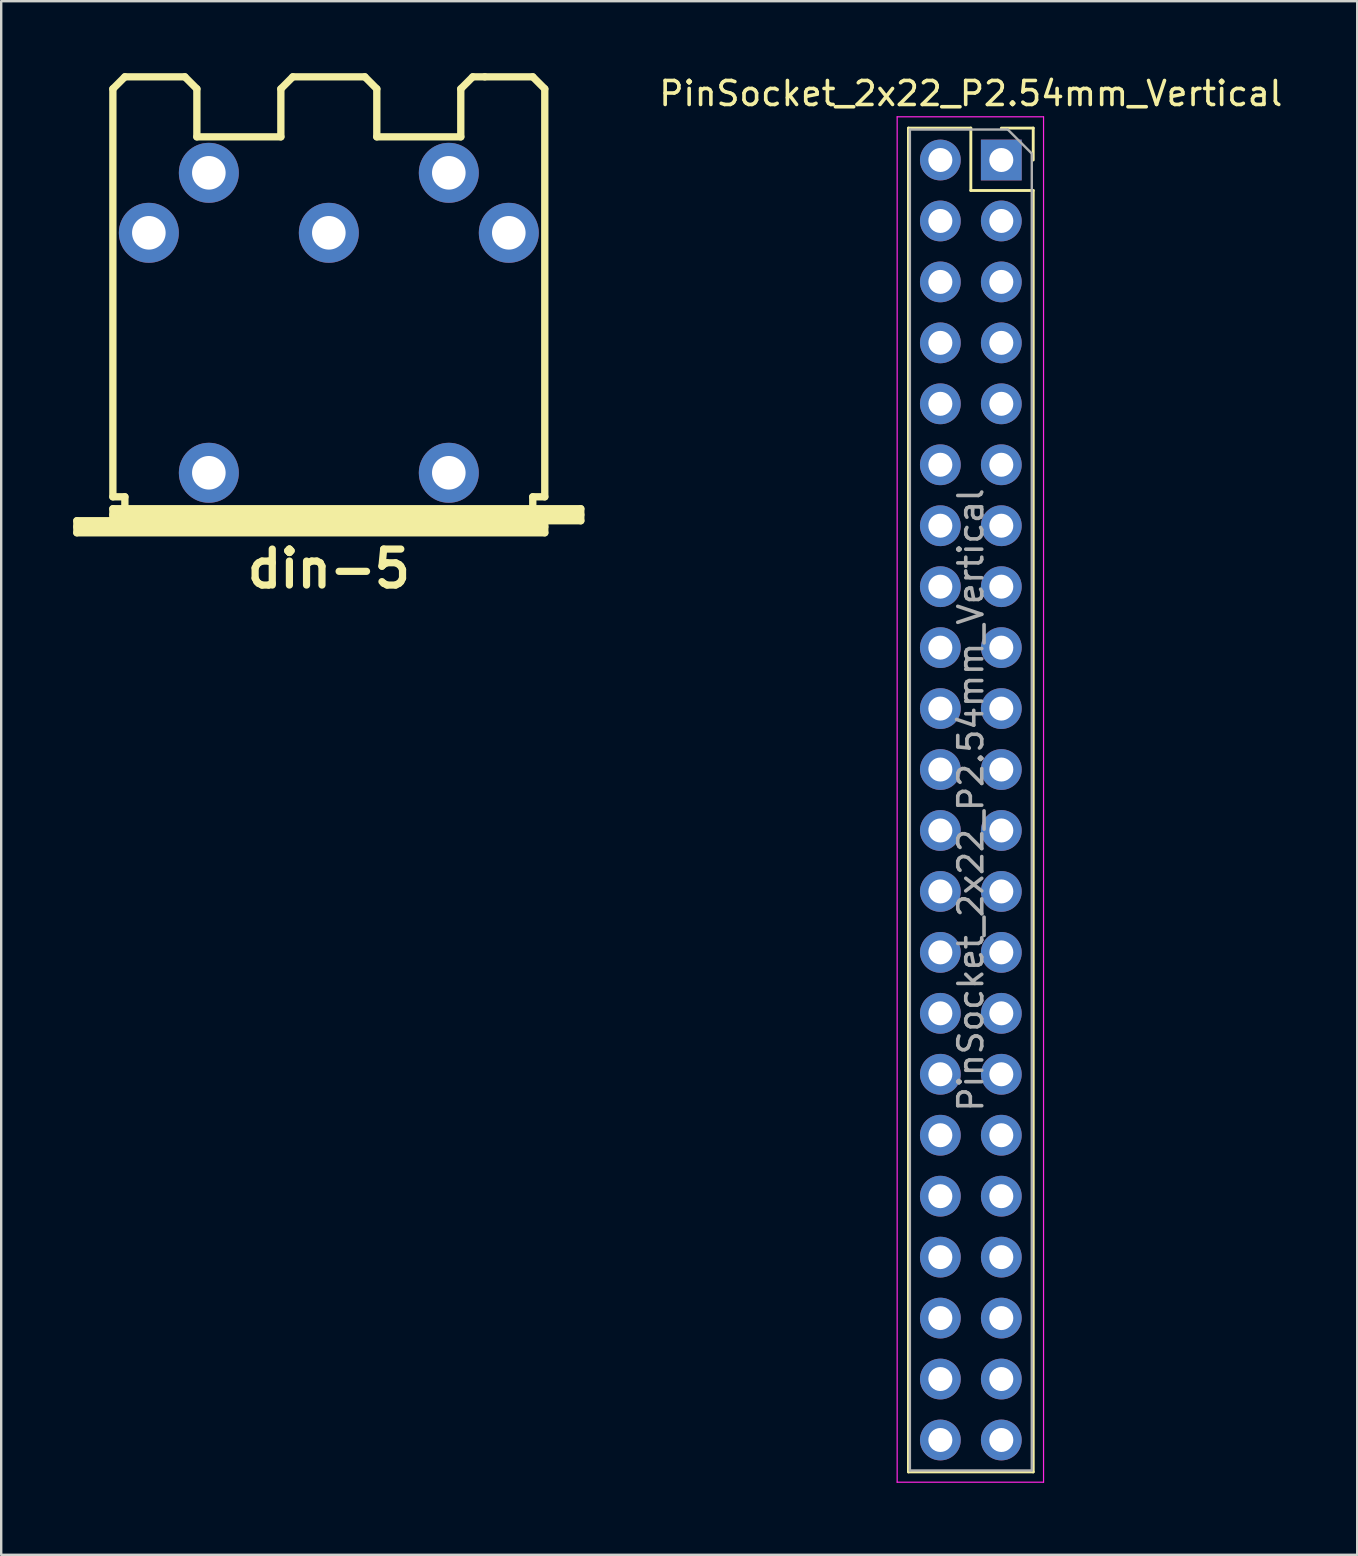
<source format=kicad_pcb>
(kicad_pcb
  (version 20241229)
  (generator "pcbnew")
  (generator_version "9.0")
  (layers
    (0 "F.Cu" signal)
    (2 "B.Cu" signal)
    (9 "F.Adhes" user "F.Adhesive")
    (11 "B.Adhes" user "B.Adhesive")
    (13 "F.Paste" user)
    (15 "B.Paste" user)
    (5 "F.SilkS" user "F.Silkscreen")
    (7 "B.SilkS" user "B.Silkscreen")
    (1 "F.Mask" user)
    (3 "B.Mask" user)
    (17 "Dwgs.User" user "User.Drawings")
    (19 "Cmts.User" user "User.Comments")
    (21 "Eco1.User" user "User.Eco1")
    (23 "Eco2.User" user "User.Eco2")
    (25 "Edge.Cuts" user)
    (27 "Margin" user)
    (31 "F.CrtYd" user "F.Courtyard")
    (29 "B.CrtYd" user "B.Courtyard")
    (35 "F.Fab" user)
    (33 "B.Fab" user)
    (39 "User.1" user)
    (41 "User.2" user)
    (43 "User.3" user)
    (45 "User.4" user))
  (footprint "din-5"
    (layer "F.Cu")
    (at 10.653 9.652)
    (property "Reference" "din-5" (at 0 11 0) (layer "F.SilkS") (effects (font (size 1.5 1.5) (thickness 0.3))))
    (attr through_hole)
    (fp_line (start -10.5 8.999) (end -8.999 8.999) (stroke (width 0.305) (type solid)) (layer "F.SilkS"))
    (fp_line (start -10.5 9.251) (end 8.999 9.251) (stroke (width 0.305) (type solid)) (layer "F.SilkS"))
    (fp_line (start -10.5 9.5) (end -10.5 8.999) (stroke (width 0.305) (type solid)) (layer "F.SilkS"))
    (fp_line (start -8.999 -8.999) (end -8.999 8.001) (stroke (width 0.305) (type solid)) (layer "F.SilkS"))
    (fp_line (start -8.999 -8.999) (end -8.499 -9.5) (stroke (width 0.305) (type solid)) (layer "F.SilkS"))
    (fp_line (start -8.999 8.001) (end -8.499 8.001) (stroke (width 0.305) (type solid)) (layer "F.SilkS"))
    (fp_line (start -8.999 8.499) (end 10.5 8.499) (stroke (width 0.305) (type solid)) (layer "F.SilkS"))
    (fp_line (start -8.999 8.75) (end 10.5 8.75) (stroke (width 0.305) (type solid)) (layer "F.SilkS"))
    (fp_line (start -8.999 8.999) (end -8.999 8.499) (stroke (width 0.305) (type solid)) (layer "F.SilkS"))
    (fp_line (start -8.499 -9.5) (end -5.999 -9.5) (stroke (width 0.305) (type solid)) (layer "F.SilkS"))
    (fp_line (start -8.499 8.001) (end -8.499 8.499) (stroke (width 0.305) (type solid)) (layer "F.SilkS"))
    (fp_line (start -5.999 -9.5) (end -5.499 -8.999) (stroke (width 0.305) (type solid)) (layer "F.SilkS"))
    (fp_line (start -5.499 -8.999) (end -5.499 -7) (stroke (width 0.305) (type solid)) (layer "F.SilkS"))
    (fp_line (start -5.499 -7) (end -1.999 -7) (stroke (width 0.305) (type solid)) (layer "F.SilkS"))
    (fp_line (start -1.999 -8.999) (end -1.999 -7) (stroke (width 0.305) (type solid)) (layer "F.SilkS"))
    (fp_line (start -1.501 -9.5) (end -1.999 -8.999) (stroke (width 0.305) (type solid)) (layer "F.SilkS"))
    (fp_line (start -1.501 -9.5) (end 1.501 -9.5) (stroke (width 0.305) (type solid)) (layer "F.SilkS"))
    (fp_line (start 1.501 -9.5) (end 1.999 -8.999) (stroke (width 0.305) (type solid)) (layer "F.SilkS"))
    (fp_line (start 1.999 -8.999) (end 1.999 -7) (stroke (width 0.305) (type solid)) (layer "F.SilkS"))
    (fp_line (start 5.499 -8.999) (end 5.499 -7) (stroke (width 0.305) (type solid)) (layer "F.SilkS"))
    (fp_line (start 5.499 -7) (end 1.999 -7) (stroke (width 0.305) (type solid)) (layer "F.SilkS"))
    (fp_line (start 5.999 -9.5) (end 5.499 -8.999) (stroke (width 0.305) (type solid)) (layer "F.SilkS"))
    (fp_line (start 6.5 -9.5) (end 5.999 -9.5) (stroke (width 0.305) (type solid)) (layer "F.SilkS"))
    (fp_line (start 8.499 -9.5) (end 6.5 -9.5) (stroke (width 0.305) (type solid)) (layer "F.SilkS"))
    (fp_line (start 8.499 8.499) (end 8.499 8.001) (stroke (width 0.305) (type solid)) (layer "F.SilkS"))
    (fp_line (start 8.999 -8.999) (end 8.499 -9.5) (stroke (width 0.305) (type solid)) (layer "F.SilkS"))
    (fp_line (start 8.999 -8.999) (end 8.999 8.001) (stroke (width 0.305) (type solid)) (layer "F.SilkS"))
    (fp_line (start 8.999 8.001) (end 8.499 8.001) (stroke (width 0.305) (type solid)) (layer "F.SilkS"))
    (fp_line (start 8.999 8.999) (end -8.999 8.999) (stroke (width 0.305) (type solid)) (layer "F.SilkS"))
    (fp_line (start 8.999 8.999) (end 8.999 9.5) (stroke (width 0.305) (type solid)) (layer "F.SilkS"))
    (fp_line (start 8.999 9.5) (end -10.5 9.5) (stroke (width 0.305) (type solid)) (layer "F.SilkS"))
    (fp_line (start 10.5 8.499) (end 10.5 8.999) (stroke (width 0.305) (type solid)) (layer "F.SilkS"))
    (fp_line (start 10.5 8.999) (end 8.999 8.999) (stroke (width 0.305) (type solid)) (layer "F.SilkS"))
    (pad "1" thru_hole circle (at 7.5 -3) (size 2.5 2.5) (drill 1.4) (layers "*.Cu" "*.Mask"))
    (pad "2" thru_hole circle (at 0 -3) (size 2.5 2.5) (drill 1.4) (layers "*.Cu" "*.Mask"))
    (pad "3" thru_hole circle (at -7.5 -3) (size 2.5 2.5) (drill 1.4) (layers "*.Cu" "*.Mask"))
    (pad "4" thru_hole circle (at 5 -5.5) (size 2.5 2.5) (drill 1.4) (layers "*.Cu" "*.Mask"))
    (pad "5" thru_hole circle (at -5 -5.5) (size 2.5 2.5) (drill 1.4) (layers "*.Cu" "*.Mask"))
    (pad "6" thru_hole circle (at -5 7) (size 2.5 2.5) (drill 1.4) (layers "*.Cu" "*.Mask"))
    (pad "6" thru_hole circle (at 5 7) (size 2.5 2.5) (drill 1.4) (layers "*.Cu" "*.Mask")))
  (footprint "PinSocket_2x22_P2.54mm_Vertical"
    (layer "F.Cu")
    (at 38.677 3.618)
    (property "Reference" "PinSocket_2x22_P2.54mm_Vertical" (at -1.27 -2.77 0) (layer "F.SilkS") (effects (font (size 1 1) (thickness 0.15))))
    (attr through_hole)
    (fp_line (start -3.87 -1.33) (end -3.87 54.67) (stroke (width 0.12) (type solid)) (layer "F.SilkS"))
    (fp_line (start -3.87 -1.33) (end -1.27 -1.33) (stroke (width 0.12) (type solid)) (layer "F.SilkS"))
    (fp_line (start -3.87 54.67) (end 1.33 54.67) (stroke (width 0.12) (type solid)) (layer "F.SilkS"))
    (fp_line (start -1.27 -1.33) (end -1.27 1.27) (stroke (width 0.12) (type solid)) (layer "F.SilkS"))
    (fp_line (start -1.27 1.27) (end 1.33 1.27) (stroke (width 0.12) (type solid)) (layer "F.SilkS"))
    (fp_line (start 0 -1.33) (end 1.33 -1.33) (stroke (width 0.12) (type solid)) (layer "F.SilkS"))
    (fp_line (start 1.33 -1.33) (end 1.33 0) (stroke (width 0.12) (type solid)) (layer "F.SilkS"))
    (fp_line (start 1.33 1.27) (end 1.33 54.67) (stroke (width 0.12) (type solid)) (layer "F.SilkS"))
    (fp_line (start -4.34 -1.8) (end 1.76 -1.8) (stroke (width 0.05) (type solid)) (layer "F.CrtYd"))
    (fp_line (start -4.34 55.1) (end -4.34 -1.8) (stroke (width 0.05) (type solid)) (layer "F.CrtYd"))
    (fp_line (start 1.76 -1.8) (end 1.76 55.1) (stroke (width 0.05) (type solid)) (layer "F.CrtYd"))
    (fp_line (start 1.76 55.1) (end -4.34 55.1) (stroke (width 0.05) (type solid)) (layer "F.CrtYd"))
    (fp_line (start -3.81 -1.27) (end 0.27 -1.27) (stroke (width 0.1) (type solid)) (layer "F.Fab"))
    (fp_line (start -3.81 54.61) (end -3.81 -1.27) (stroke (width 0.1) (type solid)) (layer "F.Fab"))
    (fp_line (start 0.27 -1.27) (end 1.27 -0.27) (stroke (width 0.1) (type solid)) (layer "F.Fab"))
    (fp_line (start 1.27 -0.27) (end 1.27 54.61) (stroke (width 0.1) (type solid)) (layer "F.Fab"))
    (fp_line (start 1.27 54.61) (end -3.81 54.61) (stroke (width 0.1) (type solid)) (layer "F.Fab"))
    (fp_text user "${REFERENCE}" (at -1.27 26.67 90) (layer "F.Fab") (effects (font (size 1 1) (thickness 0.15))))
    (pad "1" thru_hole rect (at 0 0) (size 1.7 1.7) (drill 1) (layers "*.Cu" "*.Mask"))
    (pad "2" thru_hole oval (at 0 2.54) (size 1.7 1.7) (drill 1) (layers "*.Cu" "*.Mask"))
    (pad "3" thru_hole oval (at 0 5.08) (size 1.7 1.7) (drill 1) (layers "*.Cu" "*.Mask"))
    (pad "4" thru_hole oval (at 0 7.62) (size 1.7 1.7) (drill 1) (layers "*.Cu" "*.Mask"))
    (pad "5" thru_hole oval (at 0 10.16) (size 1.7 1.7) (drill 1) (layers "*.Cu" "*.Mask"))
    (pad "6" thru_hole oval (at 0 12.7) (size 1.7 1.7) (drill 1) (layers "*.Cu" "*.Mask"))
    (pad "7" thru_hole oval (at 0 15.24) (size 1.7 1.7) (drill 1) (layers "*.Cu" "*.Mask"))
    (pad "8" thru_hole oval (at 0 17.78) (size 1.7 1.7) (drill 1) (layers "*.Cu" "*.Mask"))
    (pad "9" thru_hole oval (at 0 20.32) (size 1.7 1.7) (drill 1) (layers "*.Cu" "*.Mask"))
    (pad "10" thru_hole oval (at 0 22.86) (size 1.7 1.7) (drill 1) (layers "*.Cu" "*.Mask"))
    (pad "11" thru_hole oval (at 0 25.4) (size 1.7 1.7) (drill 1) (layers "*.Cu" "*.Mask"))
    (pad "12" thru_hole oval (at 0 27.94) (size 1.7 1.7) (drill 1) (layers "*.Cu" "*.Mask"))
    (pad "13" thru_hole oval (at 0 30.48) (size 1.7 1.7) (drill 1) (layers "*.Cu" "*.Mask"))
    (pad "14" thru_hole oval (at 0 33.02) (size 1.7 1.7) (drill 1) (layers "*.Cu" "*.Mask"))
    (pad "15" thru_hole oval (at 0 35.56) (size 1.7 1.7) (drill 1) (layers "*.Cu" "*.Mask"))
    (pad "16" thru_hole oval (at 0 38.1) (size 1.7 1.7) (drill 1) (layers "*.Cu" "*.Mask"))
    (pad "17" thru_hole oval (at 0 40.64) (size 1.7 1.7) (drill 1) (layers "*.Cu" "*.Mask"))
    (pad "18" thru_hole oval (at 0 43.18) (size 1.7 1.7) (drill 1) (layers "*.Cu" "*.Mask"))
    (pad "19" thru_hole oval (at 0 45.72) (size 1.7 1.7) (drill 1) (layers "*.Cu" "*.Mask"))
    (pad "20" thru_hole oval (at 0 48.26) (size 1.7 1.7) (drill 1) (layers "*.Cu" "*.Mask"))
    (pad "21" thru_hole oval (at 0 50.8) (size 1.7 1.7) (drill 1) (layers "*.Cu" "*.Mask"))
    (pad "22" thru_hole oval (at 0 53.34) (size 1.7 1.7) (drill 1) (layers "*.Cu" "*.Mask"))
    (pad "23" thru_hole oval (at -2.54 0) (size 1.7 1.7) (drill 1) (layers "*.Cu" "*.Mask"))
    (pad "24" thru_hole oval (at -2.54 2.54) (size 1.7 1.7) (drill 1) (layers "*.Cu" "*.Mask"))
    (pad "25" thru_hole oval (at -2.54 5.08) (size 1.7 1.7) (drill 1) (layers "*.Cu" "*.Mask"))
    (pad "26" thru_hole oval (at -2.54 7.62) (size 1.7 1.7) (drill 1) (layers "*.Cu" "*.Mask"))
    (pad "27" thru_hole oval (at -2.54 10.16) (size 1.7 1.7) (drill 1) (layers "*.Cu" "*.Mask"))
    (pad "28" thru_hole oval (at -2.54 12.7) (size 1.7 1.7) (drill 1) (layers "*.Cu" "*.Mask"))
    (pad "29" thru_hole oval (at -2.54 15.24) (size 1.7 1.7) (drill 1) (layers "*.Cu" "*.Mask"))
    (pad "30" thru_hole oval (at -2.54 17.78) (size 1.7 1.7) (drill 1) (layers "*.Cu" "*.Mask"))
    (pad "31" thru_hole oval (at -2.54 20.32) (size 1.7 1.7) (drill 1) (layers "*.Cu" "*.Mask"))
    (pad "32" thru_hole oval (at -2.54 22.86) (size 1.7 1.7) (drill 1) (layers "*.Cu" "*.Mask"))
    (pad "33" thru_hole oval (at -2.54 25.4) (size 1.7 1.7) (drill 1) (layers "*.Cu" "*.Mask"))
    (pad "34" thru_hole oval (at -2.54 27.94) (size 1.7 1.7) (drill 1) (layers "*.Cu" "*.Mask"))
    (pad "35" thru_hole oval (at -2.54 30.48) (size 1.7 1.7) (drill 1) (layers "*.Cu" "*.Mask"))
    (pad "36" thru_hole oval (at -2.54 33.02) (size 1.7 1.7) (drill 1) (layers "*.Cu" "*.Mask"))
    (pad "37" thru_hole oval (at -2.54 35.56) (size 1.7 1.7) (drill 1) (layers "*.Cu" "*.Mask"))
    (pad "38" thru_hole oval (at -2.54 38.1) (size 1.7 1.7) (drill 1) (layers "*.Cu" "*.Mask"))
    (pad "39" thru_hole oval (at -2.54 40.64) (size 1.7 1.7) (drill 1) (layers "*.Cu" "*.Mask"))
    (pad "40" thru_hole oval (at -2.54 43.18) (size 1.7 1.7) (drill 1) (layers "*.Cu" "*.Mask"))
    (pad "41" thru_hole oval (at -2.54 45.72) (size 1.7 1.7) (drill 1) (layers "*.Cu" "*.Mask"))
    (pad "42" thru_hole oval (at -2.54 48.26) (size 1.7 1.7) (drill 1) (layers "*.Cu" "*.Mask"))
    (pad "43" thru_hole oval (at -2.54 50.8) (size 1.7 1.7) (drill 1) (layers "*.Cu" "*.Mask"))
    (pad "44" thru_hole oval (at -2.54 53.34) (size 1.7 1.7) (drill 1) (layers "*.Cu" "*.Mask")))
  (gr_rect
    (start -3 -3)
    (end 53.508 61.743)
    (stroke (width 0.1) (type default))
    (fill no)
    (layer "Edge.Cuts")))
</source>
